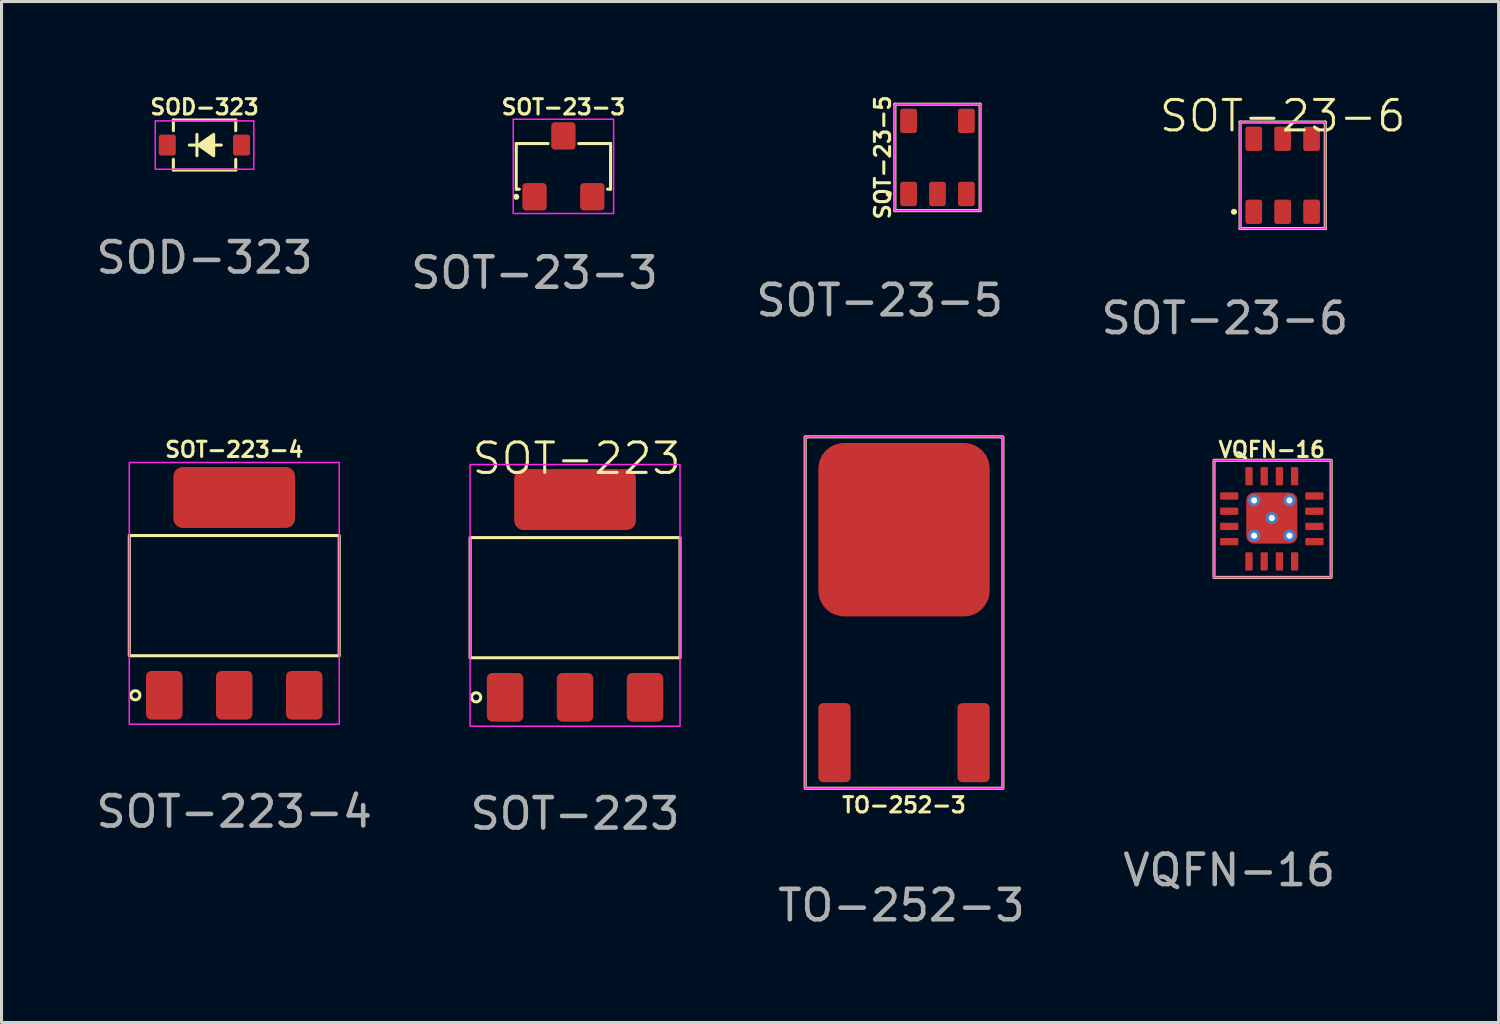
<source format=kicad_pcb>
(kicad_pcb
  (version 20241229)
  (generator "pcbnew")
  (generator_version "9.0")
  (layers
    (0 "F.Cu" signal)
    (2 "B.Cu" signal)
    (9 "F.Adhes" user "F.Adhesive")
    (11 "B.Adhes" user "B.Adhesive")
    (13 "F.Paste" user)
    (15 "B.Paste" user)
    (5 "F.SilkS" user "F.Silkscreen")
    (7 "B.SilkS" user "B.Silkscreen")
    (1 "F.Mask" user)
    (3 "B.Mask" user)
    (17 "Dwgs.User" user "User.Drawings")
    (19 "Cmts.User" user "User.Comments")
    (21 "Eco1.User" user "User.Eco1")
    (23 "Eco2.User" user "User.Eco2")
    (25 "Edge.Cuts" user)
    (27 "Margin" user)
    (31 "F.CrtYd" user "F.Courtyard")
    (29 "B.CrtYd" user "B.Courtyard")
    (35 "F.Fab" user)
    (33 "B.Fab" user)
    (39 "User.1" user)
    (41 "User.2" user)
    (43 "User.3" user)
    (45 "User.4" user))
  (footprint "TO-252-3"
    (layer "F.Cu")
    (at 26.663 17.209)
    (property "Reference" "TO-252-3" (at 0 6.2 0) (unlocked yes) (layer "F.SilkS") (effects (font (size 0.5 0.5) (thickness 0.1))))
    (attr smd)
    (fp_rect (start -3.25 -5.9) (end 3.25 5.65) (stroke (width 0.1) (type default)) (fill no) (layer "F.SilkS"))
    (fp_rect (start -3.25 -5.9) (end 3.25 5.65) (stroke (width 0.05) (type default)) (fill no) (layer "F.CrtYd"))
    (fp_text user "${REFERENCE}" (at -0.086 9.5 0) (unlocked yes) (layer "F.Fab") (effects (font (size 1 1) (thickness 0.15))))
    (pad "1" smd roundrect (at -2.286 4.15) (size 1.06 2.6) (layers "F.Cu" "F.Mask" "F.Paste") (roundrect_rratio 0.15))
    (pad "2" smd roundrect (at 2.286 4.15) (size 1.06 2.6) (layers "F.Cu" "F.Mask" "F.Paste") (roundrect_rratio 0.15))
    (pad "3" smd roundrect (at 0 -2.85) (size 5.632 5.7) (layers "F.Cu" "F.Mask" "F.Paste") (roundrect_rratio 0.15)))
  (footprint "VQFN-16"
    (layer "F.Cu")
    (at 38.751 13.977)
    (property "Reference" "VQFN-16" (at 0 -2.25 0) (unlocked yes) (layer "F.SilkS") (effects (font (size 0.5 0.5) (thickness 0.1))))
    (attr smd)
    (fp_rect (start -1.9 -1.9) (end 1.95 1.95) (stroke (width 0.1) (type default)) (fill no) (layer "F.SilkS"))
    (fp_rect (start -1.9 -1.9) (end 1.95 1.95) (stroke (width 0.05) (type default)) (fill no) (layer "F.CrtYd"))
    (fp_text user "${REFERENCE}" (at -1.4 11.575 0) (unlocked yes) (layer "F.Fab") (effects (font (size 1 1) (thickness 0.15))))
    (pad "1" smd roundrect (at -1.4 -0.725) (size 0.6 0.24) (layers "F.Cu" "F.Mask" "F.Paste") (roundrect_rratio 0.15))
    (pad "2" smd roundrect (at -1.4 -0.225) (size 0.6 0.24) (layers "F.Cu" "F.Mask" "F.Paste") (roundrect_rratio 0.15))
    (pad "3" smd roundrect (at -1.4 0.275) (size 0.6 0.24) (layers "F.Cu" "F.Mask" "F.Paste") (roundrect_rratio 0.15))
    (pad "4" smd roundrect (at -1.4 0.775) (size 0.6 0.24) (layers "F.Cu" "F.Mask" "F.Paste") (roundrect_rratio 0.15))
    (pad "5" smd roundrect (at -0.75 1.425 90) (size 0.6 0.24) (layers "F.Cu" "F.Mask" "F.Paste") (roundrect_rratio 0.15))
    (pad "6" smd roundrect (at -0.25 1.425 90) (size 0.6 0.24) (layers "F.Cu" "F.Mask" "F.Paste") (roundrect_rratio 0.15))
    (pad "7" smd roundrect (at 0.25 1.425 90) (size 0.6 0.24) (layers "F.Cu" "F.Mask" "F.Paste") (roundrect_rratio 0.15))
    (pad "8" smd roundrect (at 0.75 1.425 90) (size 0.6 0.24) (layers "F.Cu" "F.Mask" "F.Paste") (roundrect_rratio 0.15))
    (pad "9" smd roundrect (at 1.4 0.775) (size 0.6 0.24) (layers "F.Cu" "F.Mask" "F.Paste") (roundrect_rratio 0.15))
    (pad "10" smd roundrect (at 1.4 0.275) (size 0.6 0.24) (layers "F.Cu" "F.Mask" "F.Paste") (roundrect_rratio 0.15))
    (pad "11" smd roundrect (at 1.4 -0.225) (size 0.6 0.24) (layers "F.Cu" "F.Mask" "F.Paste") (roundrect_rratio 0.15))
    (pad "12" smd roundrect (at 1.4 -0.725) (size 0.6 0.24) (layers "F.Cu" "F.Mask" "F.Paste") (roundrect_rratio 0.15))
    (pad "13" smd roundrect (at 0.75 -1.375 90) (size 0.6 0.24) (layers "F.Cu" "F.Mask" "F.Paste") (roundrect_rratio 0.15))
    (pad "14" smd roundrect (at 0.25 -1.375 90) (size 0.6 0.24) (layers "F.Cu" "F.Mask" "F.Paste") (roundrect_rratio 0.15))
    (pad "15" smd roundrect (at -0.25 -1.375 90) (size 0.6 0.24) (layers "F.Cu" "F.Mask" "F.Paste") (roundrect_rratio 0.15))
    (pad "16" smd roundrect (at -0.75 -1.375 90) (size 0.6 0.24) (layers "F.Cu" "F.Mask" "F.Paste") (roundrect_rratio 0.15))
    (pad "17" thru_hole circle (at -0.58 -0.58 90) (size 0.4 0.4) (drill 0.2) (layers "*.Cu"))
    (pad "17" thru_hole circle (at -0.58 0.58 90) (size 0.4 0.4) (drill 0.2) (layers "*.Cu"))
    (pad "17" thru_hole circle (at 0 0 90) (size 0.4 0.4) (drill 0.2) (layers "*.Cu"))
    (pad "17" smd roundrect (at 0 0 90) (size 1.68 1.68) (layers "F.Cu" "F.Mask" "F.Paste") (roundrect_rratio 0.15))
    (pad "17" thru_hole circle (at 0.58 -0.58 90) (size 0.4 0.4) (drill 0.2) (layers "*.Cu"))
    (pad "17" thru_hole circle (at 0.58 0.58 90) (size 0.4 0.4) (drill 0.2) (layers "*.Cu")))
  (footprint "SOT-223-4"
    (layer "F.Cu")
    (at 4.649 16.527)
    (property "Reference" "SOT-223-4" (at 0 -4.8 0) (unlocked yes) (layer "F.SilkS") (effects (font (size 0.5 0.5) (thickness 0.1))))
    (attr smd)
    (fp_rect (start -3.45 -1.975) (end 3.45 1.975) (stroke (width 0.1) (type default)) (fill no) (layer "F.SilkS"))
    (fp_circle (center -3.25 3.275) (end -3.1 3.275) (stroke (width 0.1) (type default)) (fill no) (layer "F.SilkS"))
    (fp_rect (start -3.45 -4.375) (end 3.45 4.225) (stroke (width 0.05) (type default)) (fill no) (layer "F.CrtYd"))
    (fp_text user "${REFERENCE}" (at 0 7.1 0) (unlocked yes) (layer "F.Fab") (effects (font (size 1 1) (thickness 0.15))))
    (pad "1" smd roundrect (at -2.3 3.275) (size 1.2 1.6) (layers "F.Cu" "F.Mask" "F.Paste") (roundrect_rratio 0.15))
    (pad "2" smd roundrect (at 0 -3.225) (size 4 2) (layers "F.Cu" "F.Mask" "F.Paste") (roundrect_rratio 0.15))
    (pad "2" smd roundrect (at 0 3.275) (size 1.2 1.6) (layers "F.Cu" "F.Mask" "F.Paste") (roundrect_rratio 0.15))
    (pad "3" smd roundrect (at 2.3 3.275) (size 1.2 1.6) (layers "F.Cu" "F.Mask" "F.Paste") (roundrect_rratio 0.15)))
  (footprint "SOT-23-6"
    (layer "F.Cu")
    (at 39.108 2.711)
    (property "Reference" "SOT-23-6" (at 0 -1.95 0) (unlocked yes) (layer "F.SilkS") (effects (font (size 1 1) (thickness 0.1))))
    (attr smd)
    (fp_line (start -1.4 -1.75) (end -1.4 1.75) (stroke (width 0.1) (type default)) (layer "F.SilkS"))
    (fp_line (start 1.4 -1.75) (end -1.4 -1.75) (stroke (width 0.1) (type default)) (layer "F.SilkS"))
    (fp_line (start 1.4 -1.75) (end 1.4 1.75) (stroke (width 0.1) (type default)) (layer "F.SilkS"))
    (fp_line (start 1.4 1.75) (end -1.4 1.75) (stroke (width 0.1) (type default)) (layer "F.SilkS"))
    (fp_circle (center -1.6 1.2) (end -1.55 1.2) (stroke (width 0.1) (type default)) (fill no) (layer "F.SilkS"))
    (fp_rect (start -1.4 -1.75) (end 1.4 1.75) (stroke (width 0.05) (type default)) (fill no) (layer "F.CrtYd"))
    (fp_text user "${REFERENCE}" (at -1.9 4.7 0) (unlocked yes) (layer "F.Fab") (effects (font (size 1 1) (thickness 0.15))))
    (pad "1" smd roundrect (at -0.95 1.2) (size 0.55 0.8) (layers "F.Cu" "F.Mask" "F.Paste") (roundrect_rratio 0.15))
    (pad "2" smd roundrect (at 0 1.2) (size 0.55 0.8) (layers "F.Cu" "F.Mask" "F.Paste") (roundrect_rratio 0.15))
    (pad "3" smd roundrect (at 0.95 1.2) (size 0.55 0.8) (layers "F.Cu" "F.Mask" "F.Paste") (roundrect_rratio 0.15))
    (pad "4" smd roundrect (at 0.95 -1.2) (size 0.55 0.8) (layers "F.Cu" "F.Mask" "F.Paste") (roundrect_rratio 0.15))
    (pad "5" smd roundrect (at 0 -1.2) (size 0.55 0.8) (layers "F.Cu" "F.Mask" "F.Paste") (roundrect_rratio 0.15))
    (pad "6" smd roundrect (at -0.95 -1.2) (size 0.55 0.8) (layers "F.Cu" "F.Mask" "F.Paste") (roundrect_rratio 0.15)))
  (footprint "SOT-223"
    (layer "F.Cu")
    (at 15.851 16.594)
    (property "Reference" "SOT-223" (at 0.05 -4.575 0) (unlocked yes) (layer "F.SilkS") (effects (font (size 1 1) (thickness 0.1))))
    (attr smd)
    (fp_rect (start -3.45 -1.975) (end 3.45 1.975) (stroke (width 0.1) (type default)) (fill no) (layer "F.SilkS"))
    (fp_circle (center -3.25 3.275) (end -3.1 3.275) (stroke (width 0.1) (type default)) (fill no) (layer "F.SilkS"))
    (fp_rect (start -3.45 -4.375) (end 3.45 4.225) (stroke (width 0.05) (type default)) (fill no) (layer "F.CrtYd"))
    (fp_text user "${REFERENCE}" (at 0 7.1 0) (unlocked yes) (layer "F.Fab") (effects (font (size 1 1) (thickness 0.15))))
    (pad "1" smd roundrect (at -2.3 3.275) (size 1.2 1.6) (layers "F.Cu" "F.Mask" "F.Paste") (roundrect_rratio 0.15))
    (pad "2" smd roundrect (at 0 -3.225) (size 4 2) (layers "F.Cu" "F.Mask" "F.Paste") (roundrect_rratio 0.15))
    (pad "2" smd roundrect (at 0 3.275) (size 1.2 1.6) (layers "F.Cu" "F.Mask" "F.Paste") (roundrect_rratio 0.15))
    (pad "3" smd roundrect (at 2.3 3.275) (size 1.2 1.6) (layers "F.Cu" "F.Mask" "F.Paste") (roundrect_rratio 0.15)))
  (footprint "SOT-23-3"
    (layer "F.Cu")
    (at 15.468 2.418)
    (property "Reference" "SOT-23-3" (at 0 -1.95 0) (unlocked yes) (layer "F.SilkS") (effects (font (size 0.5 0.5) (thickness 0.1))))
    (attr smd)
    (fp_line (start -1.55 -0.75) (end -1.55 0.75) (stroke (width 0.1) (type default)) (layer "F.SilkS"))
    (fp_line (start -1.55 0.75) (end -1.45 0.75) (stroke (width 0.1) (type default)) (layer "F.SilkS"))
    (fp_line (start -0.5 -0.75) (end -1.55 -0.75) (stroke (width 0.1) (type default)) (layer "F.SilkS"))
    (fp_line (start 0.5 -0.75) (end 1.55 -0.75) (stroke (width 0.1) (type default)) (layer "F.SilkS"))
    (fp_line (start 1.55 -0.75) (end 1.55 0.75) (stroke (width 0.1) (type default)) (layer "F.SilkS"))
    (fp_line (start 1.55 0.75) (end 1.45 0.75) (stroke (width 0.1) (type default)) (layer "F.SilkS"))
    (fp_circle (center -1.55 1) (end -1.5 1) (stroke (width 0.1) (type default)) (fill no) (layer "F.SilkS"))
    (fp_rect (start -1.65 -1.55) (end 1.65 1.55) (stroke (width 0.05) (type default)) (fill no) (layer "F.CrtYd"))
    (fp_text user "${REFERENCE}" (at -0.95 3.5 0) (unlocked yes) (layer "F.Fab") (effects (font (size 1 1) (thickness 0.15))))
    (pad "1" smd roundrect (at -0.95 1) (size 0.8 0.9) (layers "F.Cu" "F.Mask" "F.Paste") (roundrect_rratio 0.15))
    (pad "2" smd roundrect (at 0.95 1) (size 0.8 0.9) (layers "F.Cu" "F.Mask" "F.Paste") (roundrect_rratio 0.15))
    (pad "3" smd roundrect (at 0 -1) (size 0.8 0.9) (layers "F.Cu" "F.Mask" "F.Paste") (roundrect_rratio 0.15)))
  (footprint "SOD-323"
    (layer "F.Cu")
    (at 3.673 1.718)
    (property "Reference" "SOD-323" (at 0 -1.25 0) (unlocked yes) (layer "F.SilkS") (effects (font (size 0.5 0.5) (thickness 0.1))))
    (attr smd)
    (fp_line (start -1.025 -0.825) (end 1.025 -0.825) (stroke (width 0.1) (type default)) (layer "F.SilkS"))
    (fp_line (start -1.025 -0.475) (end -1.025 -0.825) (stroke (width 0.1) (type default)) (layer "F.SilkS"))
    (fp_line (start -1.025 0.47) (end -1.025 0.82) (stroke (width 0.1) (type default)) (layer "F.SilkS"))
    (fp_line (start -1.025 0.82) (end 1.025 0.82) (stroke (width 0.1) (type default)) (layer "F.SilkS"))
    (fp_line (start -0.5 0) (end -0.3 0) (stroke (width 0.1) (type default)) (layer "F.SilkS"))
    (fp_line (start -0.25 -0.35) (end -0.25 0) (stroke (width 0.1) (type default)) (layer "F.SilkS"))
    (fp_line (start -0.25 0.35) (end -0.25 0) (stroke (width 0.1) (type default)) (layer "F.SilkS"))
    (fp_line (start 0.3 0) (end 0.55 0) (stroke (width 0.1) (type default)) (layer "F.SilkS"))
    (fp_line (start 1.025 -0.475) (end 1.025 -0.825) (stroke (width 0.1) (type default)) (layer "F.SilkS"))
    (fp_line (start 1.025 0.47) (end 1.025 0.82) (stroke (width 0.1) (type default)) (layer "F.SilkS"))
    (fp_poly (pts (xy 0.3 -0.35) (xy -0.2 0) (xy 0.3 0.35)) (stroke (width 0.1) (type solid)) (fill yes) (layer "F.SilkS"))
    (fp_rect (start -1.62 -0.795) (end 1.62 0.795) (stroke (width 0.05) (type default)) (fill no) (layer "F.CrtYd"))
    (fp_text user "${REFERENCE}" (at 0 3.7 0) (unlocked yes) (layer "F.Fab") (effects (font (size 1 1) (thickness 0.15))))
    (pad "1" smd roundrect (at -1.225 0) (size 0.56 0.69) (layers "F.Cu" "F.Mask" "F.Paste") (roundrect_rratio 0.15))
    (pad "2" smd roundrect (at 1.215 0) (size 0.56 0.69) (layers "F.Cu" "F.Mask" "F.Paste") (roundrect_rratio 0.15)))
  (footprint "SOT-23-5"
    (layer "F.Cu")
    (at 27.763 2.124)
    (property "Reference" "SOT-23-5" (at -1.8 0 90) (unlocked yes) (layer "F.SilkS") (effects (font (size 0.5 0.5) (thickness 0.1))))
    (attr smd)
    (fp_line (start -1.4 -1.75) (end -1.4 1.75) (stroke (width 0.1) (type default)) (layer "F.SilkS"))
    (fp_line (start 1.4 -1.75) (end -1.4 -1.75) (stroke (width 0.1) (type default)) (layer "F.SilkS"))
    (fp_line (start 1.4 -1.75) (end 1.4 1.75) (stroke (width 0.1) (type default)) (layer "F.SilkS"))
    (fp_line (start 1.4 1.75) (end -1.4 1.75) (stroke (width 0.1) (type default)) (layer "F.SilkS"))
    (fp_circle (center -1.6 1.2) (end -1.55 1.2) (stroke (width 0.1) (type default)) (fill no) (layer "F.SilkS"))
    (fp_rect (start -1.4 -1.75) (end 1.4 1.75) (stroke (width 0.05) (type default)) (fill no) (layer "F.CrtYd"))
    (fp_text user "${REFERENCE}" (at -1.9 4.7 0) (unlocked yes) (layer "F.Fab") (effects (font (size 1 1) (thickness 0.15))))
    (pad "1" smd roundrect (at -0.95 1.2) (size 0.55 0.8) (layers "F.Cu" "F.Mask" "F.Paste") (roundrect_rratio 0.15))
    (pad "2" smd roundrect (at 0 1.2) (size 0.55 0.8) (layers "F.Cu" "F.Mask" "F.Paste") (roundrect_rratio 0.15))
    (pad "3" smd roundrect (at 0.95 1.2) (size 0.55 0.8) (layers "F.Cu" "F.Mask" "F.Paste") (roundrect_rratio 0.15))
    (pad "4" smd roundrect (at 0.95 -1.2) (size 0.55 0.8) (layers "F.Cu" "F.Mask" "F.Paste") (roundrect_rratio 0.15))
    (pad "5" smd roundrect (at -0.95 -1.2) (size 0.55 0.8) (layers "F.Cu" "F.Mask" "F.Paste") (roundrect_rratio 0.15)))
  (gr_rect
    (start -3 -3)
    (end 46.206 30.557)
    (stroke (width 0.1) (type default))
    (fill no)
    (layer "Edge.Cuts")))
</source>
